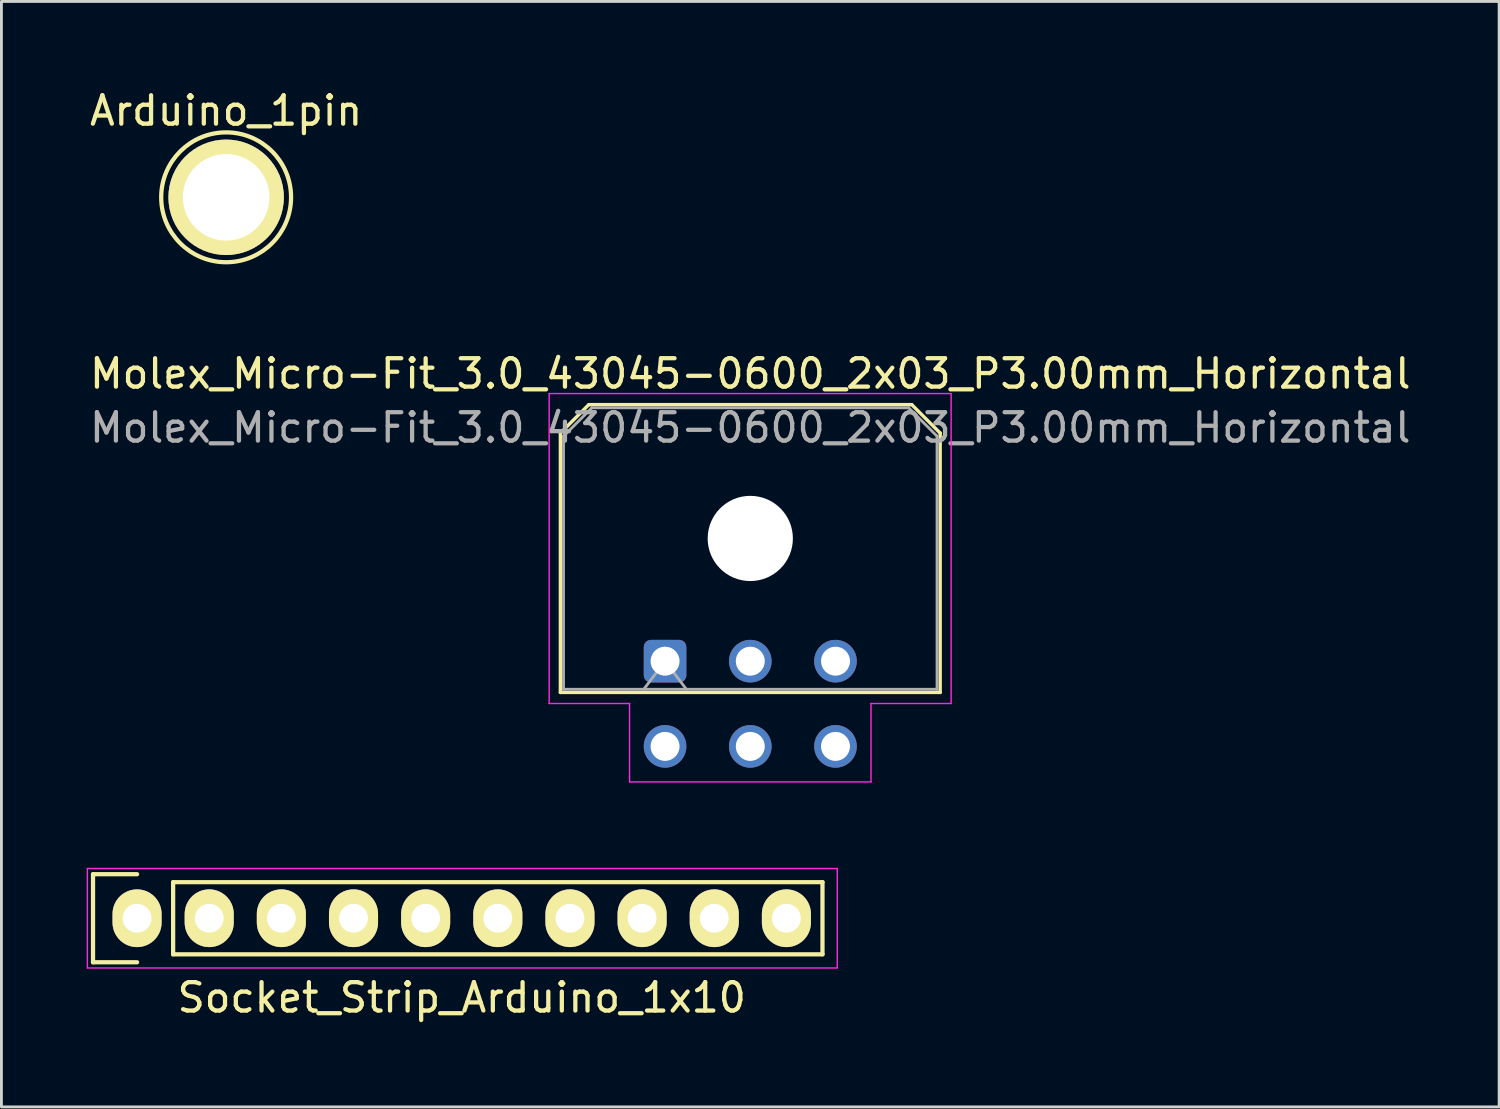
<source format=kicad_pcb>
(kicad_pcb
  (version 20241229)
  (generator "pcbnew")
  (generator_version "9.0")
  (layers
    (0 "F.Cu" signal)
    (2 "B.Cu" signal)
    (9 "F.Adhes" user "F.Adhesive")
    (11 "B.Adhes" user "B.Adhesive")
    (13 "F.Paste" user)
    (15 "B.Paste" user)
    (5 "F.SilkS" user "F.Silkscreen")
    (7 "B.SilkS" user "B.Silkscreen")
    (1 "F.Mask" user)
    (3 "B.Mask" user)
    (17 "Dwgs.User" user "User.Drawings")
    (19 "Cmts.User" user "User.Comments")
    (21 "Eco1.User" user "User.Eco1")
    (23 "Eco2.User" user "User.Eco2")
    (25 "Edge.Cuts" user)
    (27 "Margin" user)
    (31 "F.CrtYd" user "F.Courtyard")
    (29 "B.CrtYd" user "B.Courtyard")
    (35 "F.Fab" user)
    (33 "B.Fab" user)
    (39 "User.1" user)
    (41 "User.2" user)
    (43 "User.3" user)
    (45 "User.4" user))
  (footprint "Arduino_1pin"
    (layer "F.Cu")
    (at 4.911 3.896)
    (property "Reference" "Arduino_1pin" (at 0 -3.048 0) (layer "F.SilkS") (effects (font (size 1 1) (thickness 0.15))))
    (attr through_hole)
    (fp_circle (center 0 0) (end 0 -2.286) (stroke (width 0.15) (type solid)) (fill no) (layer "F.SilkS"))
    (pad "1" thru_hole circle (at 0 0) (size 4.064 4.064) (drill 3.048) (layers "*.Cu" "*.Mask" "F.SilkS")))
  (footprint "Socket_Strip_Arduino_1x10"
    (layer "F.Cu")
    (at 1.775 29.276)
    (property "Reference" "Socket_Strip_Arduino_1x10" (at 11.43 2.794 0) (layer "F.SilkS") (effects (font (size 1 1) (thickness 0.15))))
    (attr through_hole)
    (fp_line (start -1.55 -1.55) (end -1.55 1.55) (stroke (width 0.15) (type solid)) (layer "F.SilkS"))
    (fp_line (start -1.55 1.55) (end 0 1.55) (stroke (width 0.15) (type solid)) (layer "F.SilkS"))
    (fp_line (start 0 -1.55) (end -1.55 -1.55) (stroke (width 0.15) (type solid)) (layer "F.SilkS"))
    (fp_line (start 1.27 1.27) (end 1.27 -1.27) (stroke (width 0.15) (type solid)) (layer "F.SilkS"))
    (fp_line (start 1.27 1.27) (end 24.13 1.27) (stroke (width 0.15) (type solid)) (layer "F.SilkS"))
    (fp_line (start 24.13 -1.27) (end 1.27 -1.27) (stroke (width 0.15) (type solid)) (layer "F.SilkS"))
    (fp_line (start 24.13 1.27) (end 24.13 -1.27) (stroke (width 0.15) (type solid)) (layer "F.SilkS"))
    (fp_line (start -1.75 -1.75) (end -1.75 1.75) (stroke (width 0.05) (type solid)) (layer "F.CrtYd"))
    (fp_line (start -1.75 -1.75) (end 24.65 -1.75) (stroke (width 0.05) (type solid)) (layer "F.CrtYd"))
    (fp_line (start -1.75 1.75) (end 24.65 1.75) (stroke (width 0.05) (type solid)) (layer "F.CrtYd"))
    (fp_line (start 24.65 -1.75) (end 24.65 1.75) (stroke (width 0.05) (type solid)) (layer "F.CrtYd"))
    (pad "1" thru_hole oval (at 0 0) (size 1.727 2.032) (drill 1.016) (layers "*.Cu" "*.Mask" "F.SilkS"))
    (pad "2" thru_hole oval (at 2.54 0) (size 1.727 2.032) (drill 1.016) (layers "*.Cu" "*.Mask" "F.SilkS"))
    (pad "3" thru_hole oval (at 5.08 0) (size 1.727 2.032) (drill 1.016) (layers "*.Cu" "*.Mask" "F.SilkS"))
    (pad "4" thru_hole oval (at 7.62 0) (size 1.727 2.032) (drill 1.016) (layers "*.Cu" "*.Mask" "F.SilkS"))
    (pad "5" thru_hole oval (at 10.16 0) (size 1.727 2.032) (drill 1.016) (layers "*.Cu" "*.Mask" "F.SilkS"))
    (pad "6" thru_hole oval (at 12.7 0) (size 1.727 2.032) (drill 1.016) (layers "*.Cu" "*.Mask" "F.SilkS"))
    (pad "7" thru_hole oval (at 15.24 0) (size 1.727 2.032) (drill 1.016) (layers "*.Cu" "*.Mask" "F.SilkS"))
    (pad "8" thru_hole oval (at 17.78 0) (size 1.727 2.032) (drill 1.016) (layers "*.Cu" "*.Mask" "F.SilkS"))
    (pad "9" thru_hole oval (at 20.32 0) (size 1.727 2.032) (drill 1.016) (layers "*.Cu" "*.Mask" "F.SilkS"))
    (pad "10" thru_hole oval (at 22.86 0) (size 1.727 2.032) (drill 1.016) (layers "*.Cu" "*.Mask" "F.SilkS")))
  (footprint "Molex_Micro-Fit_3.0_43045-0600_2x03_P3.00mm_Horizontal"
    (layer "F.Cu")
    (at 20.363 20.226)
    (property "Reference" "Molex_Micro-Fit_3.0_43045-0600_2x03_P3.00mm_Horizontal" (at 3 -10.12 0) (layer "F.SilkS") (effects (font (size 1 1) (thickness 0.15))))
    (attr through_hole)
    (fp_line (start -3.685 -8.03) (end -2.685 -9.03) (stroke (width 0.12) (type solid)) (layer "F.SilkS"))
    (fp_line (start -3.685 1.1) (end -3.685 -8.03) (stroke (width 0.12) (type solid)) (layer "F.SilkS"))
    (fp_line (start -2.685 -9.03) (end 8.685 -9.03) (stroke (width 0.12) (type solid)) (layer "F.SilkS"))
    (fp_line (start 8.685 -9.03) (end 9.685 -8.03) (stroke (width 0.12) (type solid)) (layer "F.SilkS"))
    (fp_line (start 9.685 -8.03) (end 9.685 1.1) (stroke (width 0.12) (type solid)) (layer "F.SilkS"))
    (fp_line (start 9.685 1.1) (end -3.685 1.1) (stroke (width 0.12) (type solid)) (layer "F.SilkS"))
    (fp_line (start -4.08 -9.42) (end 10.07 -9.42) (stroke (width 0.05) (type solid)) (layer "F.CrtYd"))
    (fp_line (start -4.08 1.49) (end -4.08 -9.42) (stroke (width 0.05) (type solid)) (layer "F.CrtYd"))
    (fp_line (start -1.25 1.49) (end -4.08 1.49) (stroke (width 0.05) (type solid)) (layer "F.CrtYd"))
    (fp_line (start -1.25 4.25) (end -1.25 1.49) (stroke (width 0.05) (type solid)) (layer "F.CrtYd"))
    (fp_line (start 7.25 1.49) (end 7.25 4.25) (stroke (width 0.05) (type solid)) (layer "F.CrtYd"))
    (fp_line (start 7.25 4.25) (end -1.25 4.25) (stroke (width 0.05) (type solid)) (layer "F.CrtYd"))
    (fp_line (start 10.07 -9.42) (end 10.07 1.49) (stroke (width 0.05) (type solid)) (layer "F.CrtYd"))
    (fp_line (start 10.07 1.49) (end 7.25 1.49) (stroke (width 0.05) (type solid)) (layer "F.CrtYd"))
    (fp_line (start -3.575 -7.92) (end -2.575 -8.92) (stroke (width 0.1) (type solid)) (layer "F.Fab"))
    (fp_line (start -3.575 0.99) (end -3.575 -7.92) (stroke (width 0.1) (type solid)) (layer "F.Fab"))
    (fp_line (start -2.575 -8.92) (end 8.575 -8.92) (stroke (width 0.1) (type solid)) (layer "F.Fab"))
    (fp_line (start -0.75 0.99) (end 0 0) (stroke (width 0.1) (type solid)) (layer "F.Fab"))
    (fp_line (start 0 0) (end 0.75 0.99) (stroke (width 0.1) (type solid)) (layer "F.Fab"))
    (fp_line (start 8.575 -8.92) (end 9.575 -7.92) (stroke (width 0.1) (type solid)) (layer "F.Fab"))
    (fp_line (start 9.575 -7.92) (end 9.575 0.99) (stroke (width 0.1) (type solid)) (layer "F.Fab"))
    (fp_line (start 9.575 0.99) (end -3.575 0.99) (stroke (width 0.1) (type solid)) (layer "F.Fab"))
    (fp_text user "${REFERENCE}" (at 3 -8.22 0) (layer "F.Fab") (effects (font (size 1 1) (thickness 0.15))))
    (pad "" np_thru_hole circle (at 3 -4.32) (size 3 3) (drill 3) (layers "*.Cu" "*.Mask"))
    (pad "1" thru_hole roundrect (at 0 0) (size 1.5 1.5) (drill 1.02) (layers "*.Cu" "*.Mask") (roundrect_rratio 0.167))
    (pad "2" thru_hole circle (at 3 0) (size 1.5 1.5) (drill 1.02) (layers "*.Cu" "*.Mask"))
    (pad "3" thru_hole circle (at 6 0) (size 1.5 1.5) (drill 1.02) (layers "*.Cu" "*.Mask"))
    (pad "4" thru_hole circle (at 0 3) (size 1.5 1.5) (drill 1.02) (layers "*.Cu" "*.Mask"))
    (pad "5" thru_hole circle (at 3 3) (size 1.5 1.5) (drill 1.02) (layers "*.Cu" "*.Mask"))
    (pad "6" thru_hole circle (at 6 3) (size 1.5 1.5) (drill 1.02) (layers "*.Cu" "*.Mask")))
  (gr_rect
    (start -3 -3)
    (end 49.726 35.918)
    (stroke (width 0.1) (type default))
    (fill no)
    (layer "Edge.Cuts")))
</source>
